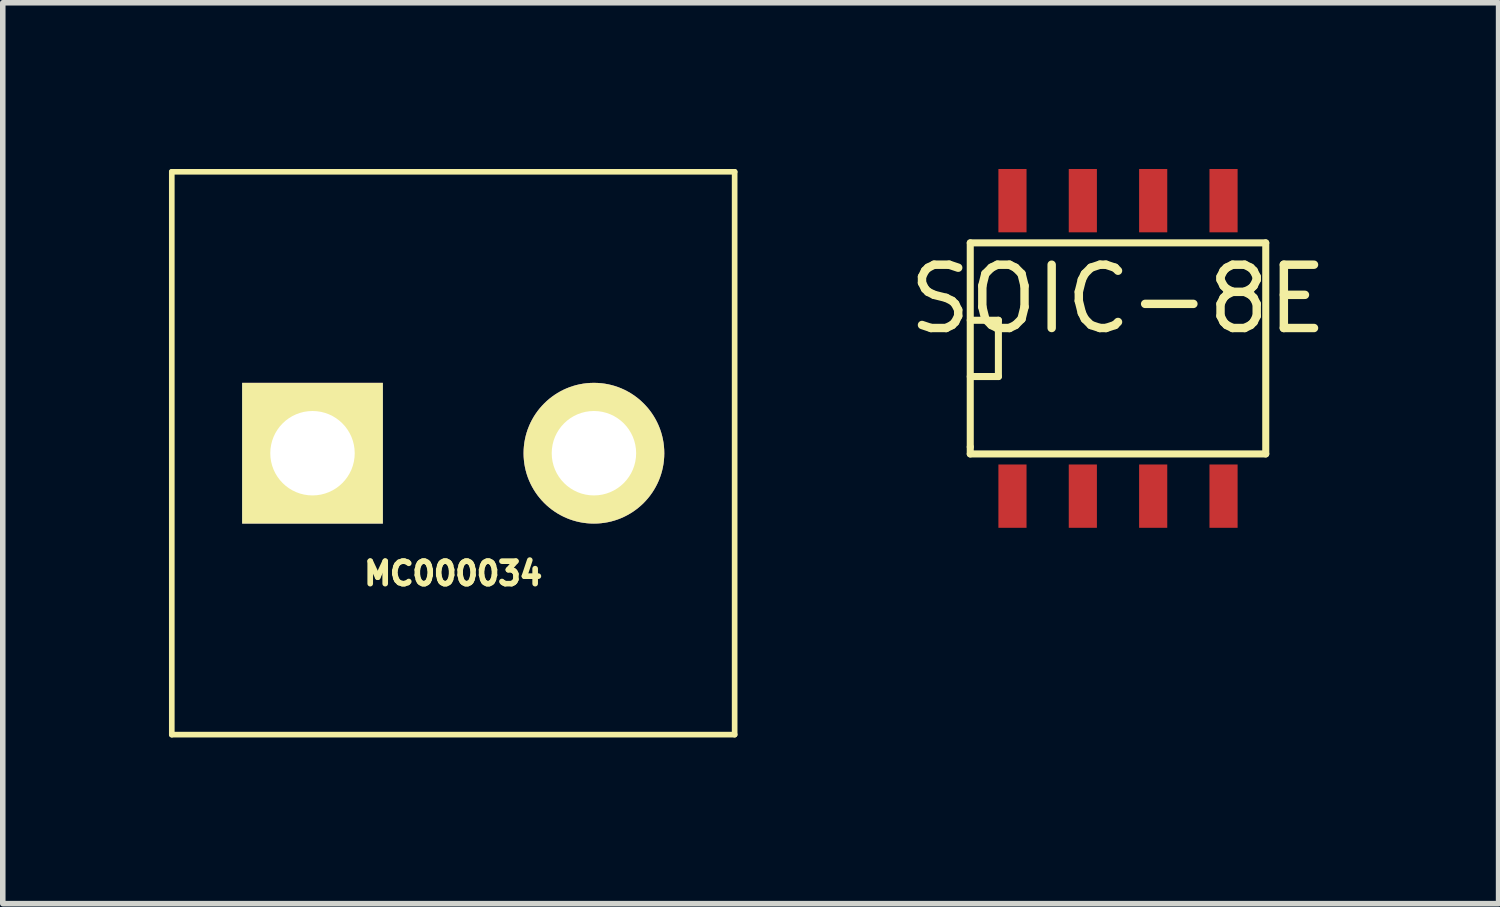
<source format=kicad_pcb>
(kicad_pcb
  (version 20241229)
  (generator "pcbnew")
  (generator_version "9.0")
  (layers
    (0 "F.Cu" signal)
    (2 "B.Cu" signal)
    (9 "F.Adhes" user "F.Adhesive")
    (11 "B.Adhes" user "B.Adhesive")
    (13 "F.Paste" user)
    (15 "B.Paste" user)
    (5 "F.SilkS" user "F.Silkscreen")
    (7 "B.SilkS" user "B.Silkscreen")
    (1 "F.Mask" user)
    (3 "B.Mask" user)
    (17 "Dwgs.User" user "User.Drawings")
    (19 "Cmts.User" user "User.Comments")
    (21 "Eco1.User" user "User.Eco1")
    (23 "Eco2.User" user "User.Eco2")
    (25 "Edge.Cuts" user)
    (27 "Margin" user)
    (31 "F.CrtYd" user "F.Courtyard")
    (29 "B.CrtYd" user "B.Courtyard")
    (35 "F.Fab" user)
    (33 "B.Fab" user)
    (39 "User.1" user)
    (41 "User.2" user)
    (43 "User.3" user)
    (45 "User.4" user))
  (footprint "SOIC-8E"
    (layer "F.Cu")
    (at 17.131 3.239)
    (property "Reference" "SOIC-8E" (at 0 -0.889 0) (layer "F.SilkS") (effects (font (size 1.143 1.143) (thickness 0.152))))
    (attr through_hole)
    (fp_line (start -2.667 -1.905) (end -2.667 1.778) (stroke (width 0.127) (type solid)) (layer "F.SilkS"))
    (fp_line (start -2.667 -0.508) (end -2.159 -0.508) (stroke (width 0.127) (type solid)) (layer "F.SilkS"))
    (fp_line (start -2.667 1.778) (end -2.667 1.905) (stroke (width 0.127) (type solid)) (layer "F.SilkS"))
    (fp_line (start -2.667 1.905) (end 2.667 1.905) (stroke (width 0.127) (type solid)) (layer "F.SilkS"))
    (fp_line (start -2.159 -0.508) (end -2.159 0.508) (stroke (width 0.127) (type solid)) (layer "F.SilkS"))
    (fp_line (start -2.159 0.508) (end -2.667 0.508) (stroke (width 0.127) (type solid)) (layer "F.SilkS"))
    (fp_line (start 2.667 -1.905) (end -2.667 -1.905) (stroke (width 0.127) (type solid)) (layer "F.SilkS"))
    (fp_line (start 2.667 -1.905) (end 2.667 1.905) (stroke (width 0.127) (type solid)) (layer "F.SilkS"))
    (pad "1" smd rect (at -1.905 2.667) (size 0.508 1.143) (layers "F.Cu" "F.Mask" "F.Paste"))
    (pad "2" smd rect (at -0.635 2.667) (size 0.508 1.143) (layers "F.Cu" "F.Mask" "F.Paste"))
    (pad "3" smd rect (at 0.635 2.667) (size 0.508 1.143) (layers "F.Cu" "F.Mask" "F.Paste"))
    (pad "4" smd rect (at 1.905 2.667) (size 0.508 1.143) (layers "F.Cu" "F.Mask" "F.Paste"))
    (pad "5" smd rect (at 1.905 -2.667) (size 0.508 1.143) (layers "F.Cu" "F.Mask" "F.Paste"))
    (pad "6" smd rect (at 0.635 -2.667) (size 0.508 1.143) (layers "F.Cu" "F.Mask" "F.Paste"))
    (pad "7" smd rect (at -0.635 -2.667) (size 0.508 1.143) (layers "F.Cu" "F.Mask" "F.Paste"))
    (pad "8" smd rect (at -1.905 -2.667) (size 0.508 1.143) (layers "F.Cu" "F.Mask" "F.Paste")))
  (footprint "MC000034"
    (layer "F.Cu")
    (at 5.131 5.131)
    (property "Reference" "MC000034" (at 0 2.172 0) (layer "F.SilkS") (effects (font (size 0.406 0.406) (thickness 0.102))))
    (attr through_hole)
    (fp_line (start -5.08 -5.08) (end -5.08 5.08) (stroke (width 0.102) (type solid)) (layer "F.SilkS"))
    (fp_line (start -5.08 5.08) (end 5.08 5.08) (stroke (width 0.102) (type solid)) (layer "F.SilkS"))
    (fp_line (start 5.08 -5.08) (end -5.08 -5.08) (stroke (width 0.102) (type solid)) (layer "F.SilkS"))
    (fp_line (start 5.08 5.08) (end 5.08 -5.08) (stroke (width 0.102) (type solid)) (layer "F.SilkS"))
    (pad "1" thru_hole rect (at -2.54 0) (size 2.54 2.54) (drill 1.524) (layers "*.Cu" "*.Mask" "F.SilkS"))
    (pad "2" thru_hole circle (at 2.54 0) (size 2.54 2.54) (drill 1.524) (layers "*.Cu" "*.Mask" "F.SilkS")))
  (gr_rect
    (start -3 -3)
    (end 24.001 13.262)
    (stroke (width 0.1) (type default))
    (fill no)
    (layer "Edge.Cuts")))
</source>
